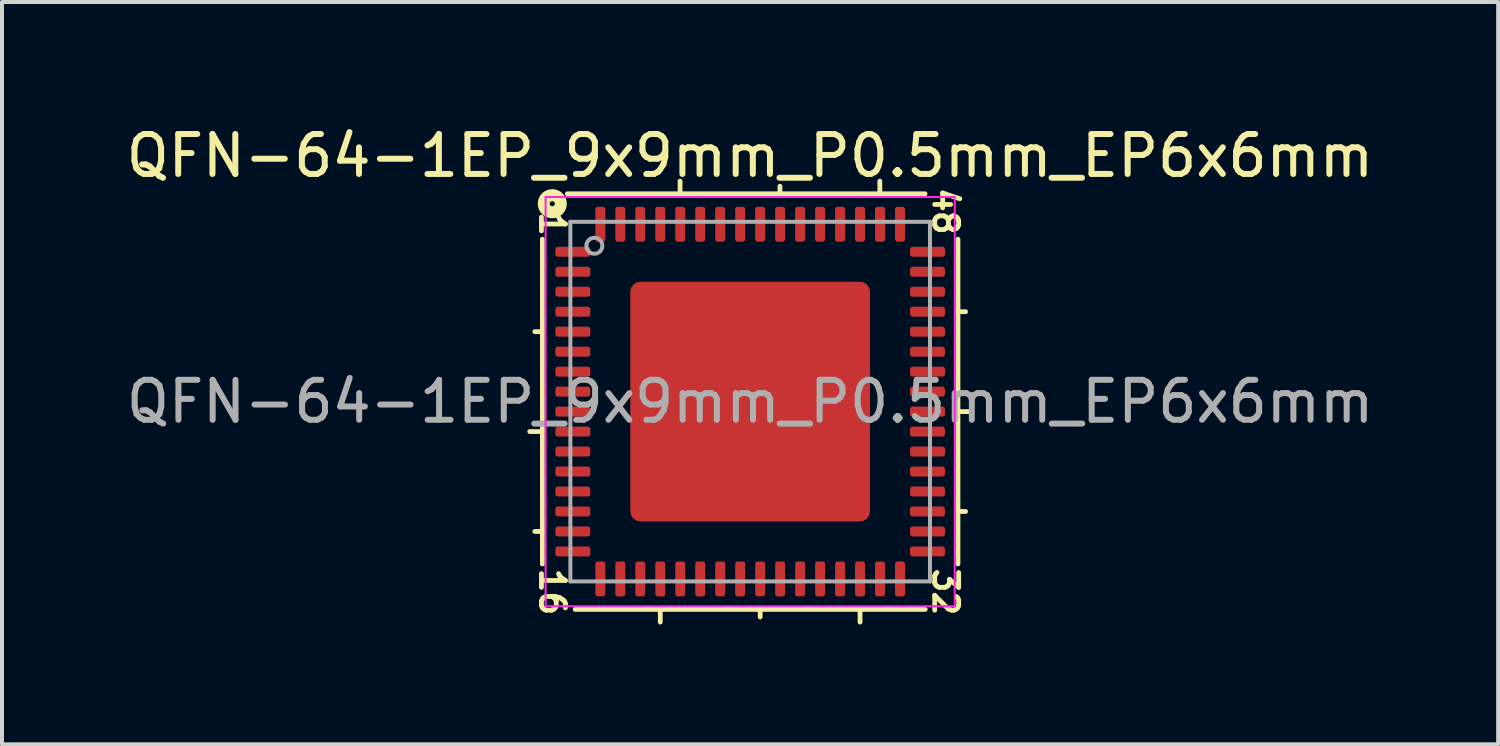
<source format=kicad_pcb>
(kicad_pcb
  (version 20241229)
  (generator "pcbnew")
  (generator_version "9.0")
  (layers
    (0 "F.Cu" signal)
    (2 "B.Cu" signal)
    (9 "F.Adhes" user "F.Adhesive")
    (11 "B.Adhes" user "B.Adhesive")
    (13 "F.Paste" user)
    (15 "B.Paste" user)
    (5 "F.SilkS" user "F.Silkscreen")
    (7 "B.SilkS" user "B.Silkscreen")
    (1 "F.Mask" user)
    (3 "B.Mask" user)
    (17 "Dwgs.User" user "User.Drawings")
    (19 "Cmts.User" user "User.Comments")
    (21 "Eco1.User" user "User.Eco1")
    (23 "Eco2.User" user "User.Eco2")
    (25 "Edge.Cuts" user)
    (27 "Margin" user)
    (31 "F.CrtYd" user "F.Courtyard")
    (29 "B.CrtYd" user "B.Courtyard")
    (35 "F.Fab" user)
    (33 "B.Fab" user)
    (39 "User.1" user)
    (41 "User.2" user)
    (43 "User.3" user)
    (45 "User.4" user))
  (footprint "QFN-64-1EP_9x9mm_P0.5mm_EP6x6mm"
    (layer "F.Cu")
    (at 15.725 7.001)
    (property "Reference" "QFN-64-1EP_9x9mm_P0.5mm_EP6x6mm" (at -0.005 -6.152 0) (layer "F.SilkS") (effects (font (size 1 1) (thickness 0.15))))
    (attr smd)
    (fp_line (start -5.2 -4.064) (end -5.2 4.064) (stroke (width 0.12) (type solid)) (layer "F.SilkS"))
    (fp_line (start -5.2 -1.75) (end -5.391 -1.75) (stroke (width 0.12) (type solid)) (layer "F.SilkS"))
    (fp_line (start -5.2 0.75) (end -5.518 0.75) (stroke (width 0.12) (type solid)) (layer "F.SilkS"))
    (fp_line (start -5.2 3.25) (end -5.391 3.25) (stroke (width 0.12) (type solid)) (layer "F.SilkS"))
    (fp_line (start -4.381 5.2) (end 4.381 5.2) (stroke (width 0.12) (type solid)) (layer "F.SilkS"))
    (fp_line (start -2.25 5.2) (end -2.25 5.518) (stroke (width 0.12) (type solid)) (layer "F.SilkS"))
    (fp_line (start -1.755 -5.2) (end -1.755 -5.518) (stroke (width 0.12) (type solid)) (layer "F.SilkS"))
    (fp_line (start 0.25 5.2) (end 0.25 5.391) (stroke (width 0.12) (type solid)) (layer "F.SilkS"))
    (fp_line (start 0.745 -5.2) (end 0.745 -5.391) (stroke (width 0.12) (type solid)) (layer "F.SilkS"))
    (fp_line (start 2.75 5.2) (end 2.75 5.518) (stroke (width 0.12) (type solid)) (layer "F.SilkS"))
    (fp_line (start 3.245 -5.2) (end 3.245 -5.518) (stroke (width 0.12) (type solid)) (layer "F.SilkS"))
    (fp_line (start 4.377 -5.2) (end -4.577 -5.2) (stroke (width 0.12) (type solid)) (layer "F.SilkS"))
    (fp_line (start 5.2 -2.25) (end 5.391 -2.25) (stroke (width 0.12) (type solid)) (layer "F.SilkS"))
    (fp_line (start 5.2 0.25) (end 5.518 0.25) (stroke (width 0.12) (type solid)) (layer "F.SilkS"))
    (fp_line (start 5.2 2.75) (end 5.391 2.75) (stroke (width 0.12) (type solid)) (layer "F.SilkS"))
    (fp_line (start 5.2 4.064) (end 5.2 -4.064) (stroke (width 0.12) (type solid)) (layer "F.SilkS"))
    (fp_circle (center -4.953 -4.953) (end -4.889 -4.953) (stroke (width 0.3) (type solid)) (fill no) (layer "F.SilkS"))
    (fp_line (start -5.12 -5.12) (end -5.12 5.12) (stroke (width 0.05) (type solid)) (layer "F.CrtYd"))
    (fp_line (start -5.12 5.12) (end 5.12 5.12) (stroke (width 0.05) (type solid)) (layer "F.CrtYd"))
    (fp_line (start 5.12 -5.12) (end -5.12 -5.12) (stroke (width 0.05) (type solid)) (layer "F.CrtYd"))
    (fp_line (start 5.12 5.12) (end 5.12 -5.12) (stroke (width 0.05) (type solid)) (layer "F.CrtYd"))
    (fp_line (start -4.5 -4.5) (end 4.5 -4.5) (stroke (width 0.1) (type solid)) (layer "F.Fab"))
    (fp_line (start -4.5 4.5) (end -4.5 -4.5) (stroke (width 0.1) (type solid)) (layer "F.Fab"))
    (fp_line (start 4.5 -4.5) (end 4.5 4.5) (stroke (width 0.1) (type solid)) (layer "F.Fab"))
    (fp_line (start 4.5 4.5) (end -4.5 4.5) (stroke (width 0.1) (type solid)) (layer "F.Fab"))
    (fp_circle (center -3.9 -3.9) (end -3.7 -3.9) (stroke (width 0.1) (type solid)) (fill no) (layer "F.Fab"))
    (fp_text user "32" (at 4.889 4.763 270) (unlocked yes) (layer "F.SilkS") (effects (font (size 0.6 0.6) (thickness 0.12))))
    (fp_text user "48" (at 4.889 -4.763 270) (unlocked yes) (layer "F.SilkS") (effects (font (size 0.6 0.6) (thickness 0.12))))
    (fp_text user "16" (at -4.953 4.763 270) (unlocked yes) (layer "F.SilkS") (effects (font (size 0.6 0.6) (thickness 0.12))))
    (fp_text user "1" (at -4.953 -4.445 270) (unlocked yes) (layer "F.SilkS") (effects (font (size 0.6 0.6) (thickness 0.12))))
    (fp_text user "${REFERENCE}" (at 0 0 0) (layer "F.Fab") (effects (font (size 1 1) (thickness 0.15))))
    (pad "" smd roundrect (at -2.25 -2.25) (size 1.21 1.21) (layers "F.Paste") (roundrect_rratio 0.207))
    (pad "" smd roundrect (at -2.25 -0.75) (size 1.21 1.21) (layers "F.Paste") (roundrect_rratio 0.207))
    (pad "" smd roundrect (at -2.25 0.75) (size 1.21 1.21) (layers "F.Paste") (roundrect_rratio 0.207))
    (pad "" smd roundrect (at -2.25 2.25) (size 1.21 1.21) (layers "F.Paste") (roundrect_rratio 0.207))
    (pad "" smd roundrect (at -0.75 -2.25) (size 1.21 1.21) (layers "F.Paste") (roundrect_rratio 0.207))
    (pad "" smd roundrect (at -0.75 -0.75) (size 1.21 1.21) (layers "F.Paste") (roundrect_rratio 0.207))
    (pad "" smd roundrect (at -0.75 0.75) (size 1.21 1.21) (layers "F.Paste") (roundrect_rratio 0.207))
    (pad "" smd roundrect (at -0.75 2.25) (size 1.21 1.21) (layers "F.Paste") (roundrect_rratio 0.207))
    (pad "" smd roundrect (at 0.75 -2.25) (size 1.21 1.21) (layers "F.Paste") (roundrect_rratio 0.207))
    (pad "" smd roundrect (at 0.75 -0.75) (size 1.21 1.21) (layers "F.Paste") (roundrect_rratio 0.207))
    (pad "" smd roundrect (at 0.75 0.75) (size 1.21 1.21) (layers "F.Paste") (roundrect_rratio 0.207))
    (pad "" smd roundrect (at 0.75 2.25) (size 1.21 1.21) (layers "F.Paste") (roundrect_rratio 0.207))
    (pad "" smd roundrect (at 2.25 -2.25) (size 1.21 1.21) (layers "F.Paste") (roundrect_rratio 0.207))
    (pad "" smd roundrect (at 2.25 -0.75) (size 1.21 1.21) (layers "F.Paste") (roundrect_rratio 0.207))
    (pad "" smd roundrect (at 2.25 0.75) (size 1.21 1.21) (layers "F.Paste") (roundrect_rratio 0.207))
    (pad "" smd roundrect (at 2.25 2.25) (size 1.21 1.21) (layers "F.Paste") (roundrect_rratio 0.207))
    (pad "1" smd roundrect (at -4.438 -3.75) (size 0.875 0.25) (layers "F.Cu" "F.Mask" "F.Paste") (roundrect_rratio 0.25))
    (pad "2" smd roundrect (at -4.438 -3.25) (size 0.875 0.25) (layers "F.Cu" "F.Mask" "F.Paste") (roundrect_rratio 0.25))
    (pad "3" smd roundrect (at -4.438 -2.75) (size 0.875 0.25) (layers "F.Cu" "F.Mask" "F.Paste") (roundrect_rratio 0.25))
    (pad "4" smd roundrect (at -4.438 -2.25) (size 0.875 0.25) (layers "F.Cu" "F.Mask" "F.Paste") (roundrect_rratio 0.25))
    (pad "5" smd roundrect (at -4.438 -1.75) (size 0.875 0.25) (layers "F.Cu" "F.Mask" "F.Paste") (roundrect_rratio 0.25))
    (pad "6" smd roundrect (at -4.438 -1.25) (size 0.875 0.25) (layers "F.Cu" "F.Mask" "F.Paste") (roundrect_rratio 0.25))
    (pad "7" smd roundrect (at -4.438 -0.75) (size 0.875 0.25) (layers "F.Cu" "F.Mask" "F.Paste") (roundrect_rratio 0.25))
    (pad "8" smd roundrect (at -4.438 -0.25) (size 0.875 0.25) (layers "F.Cu" "F.Mask" "F.Paste") (roundrect_rratio 0.25))
    (pad "9" smd roundrect (at -4.438 0.25) (size 0.875 0.25) (layers "F.Cu" "F.Mask" "F.Paste") (roundrect_rratio 0.25))
    (pad "10" smd roundrect (at -4.438 0.75) (size 0.875 0.25) (layers "F.Cu" "F.Mask" "F.Paste") (roundrect_rratio 0.25))
    (pad "11" smd roundrect (at -4.438 1.25) (size 0.875 0.25) (layers "F.Cu" "F.Mask" "F.Paste") (roundrect_rratio 0.25))
    (pad "12" smd roundrect (at -4.438 1.75) (size 0.875 0.25) (layers "F.Cu" "F.Mask" "F.Paste") (roundrect_rratio 0.25))
    (pad "13" smd roundrect (at -4.438 2.25) (size 0.875 0.25) (layers "F.Cu" "F.Mask" "F.Paste") (roundrect_rratio 0.25))
    (pad "14" smd roundrect (at -4.438 2.75) (size 0.875 0.25) (layers "F.Cu" "F.Mask" "F.Paste") (roundrect_rratio 0.25))
    (pad "15" smd roundrect (at -4.438 3.25) (size 0.875 0.25) (layers "F.Cu" "F.Mask" "F.Paste") (roundrect_rratio 0.25))
    (pad "16" smd roundrect (at -4.438 3.75) (size 0.875 0.25) (layers "F.Cu" "F.Mask" "F.Paste") (roundrect_rratio 0.25))
    (pad "17" smd roundrect (at -3.75 4.438) (size 0.25 0.875) (layers "F.Cu" "F.Mask" "F.Paste") (roundrect_rratio 0.25))
    (pad "18" smd roundrect (at -3.25 4.438) (size 0.25 0.875) (layers "F.Cu" "F.Mask" "F.Paste") (roundrect_rratio 0.25))
    (pad "19" smd roundrect (at -2.75 4.438) (size 0.25 0.875) (layers "F.Cu" "F.Mask" "F.Paste") (roundrect_rratio 0.25))
    (pad "20" smd roundrect (at -2.25 4.438) (size 0.25 0.875) (layers "F.Cu" "F.Mask" "F.Paste") (roundrect_rratio 0.25))
    (pad "21" smd roundrect (at -1.75 4.438) (size 0.25 0.875) (layers "F.Cu" "F.Mask" "F.Paste") (roundrect_rratio 0.25))
    (pad "22" smd roundrect (at -1.25 4.438) (size 0.25 0.875) (layers "F.Cu" "F.Mask" "F.Paste") (roundrect_rratio 0.25))
    (pad "23" smd roundrect (at -0.75 4.438) (size 0.25 0.875) (layers "F.Cu" "F.Mask" "F.Paste") (roundrect_rratio 0.25))
    (pad "24" smd roundrect (at -0.25 4.438) (size 0.25 0.875) (layers "F.Cu" "F.Mask" "F.Paste") (roundrect_rratio 0.25))
    (pad "25" smd roundrect (at 0.25 4.438) (size 0.25 0.875) (layers "F.Cu" "F.Mask" "F.Paste") (roundrect_rratio 0.25))
    (pad "26" smd roundrect (at 0.75 4.438) (size 0.25 0.875) (layers "F.Cu" "F.Mask" "F.Paste") (roundrect_rratio 0.25))
    (pad "27" smd roundrect (at 1.25 4.438) (size 0.25 0.875) (layers "F.Cu" "F.Mask" "F.Paste") (roundrect_rratio 0.25))
    (pad "28" smd roundrect (at 1.75 4.438) (size 0.25 0.875) (layers "F.Cu" "F.Mask" "F.Paste") (roundrect_rratio 0.25))
    (pad "29" smd roundrect (at 2.25 4.438) (size 0.25 0.875) (layers "F.Cu" "F.Mask" "F.Paste") (roundrect_rratio 0.25))
    (pad "30" smd roundrect (at 2.75 4.438) (size 0.25 0.875) (layers "F.Cu" "F.Mask" "F.Paste") (roundrect_rratio 0.25))
    (pad "31" smd roundrect (at 3.25 4.438) (size 0.25 0.875) (layers "F.Cu" "F.Mask" "F.Paste") (roundrect_rratio 0.25))
    (pad "32" smd roundrect (at 3.75 4.438) (size 0.25 0.875) (layers "F.Cu" "F.Mask" "F.Paste") (roundrect_rratio 0.25))
    (pad "33" smd roundrect (at 4.438 3.75) (size 0.875 0.25) (layers "F.Cu" "F.Mask" "F.Paste") (roundrect_rratio 0.25))
    (pad "34" smd roundrect (at 4.438 3.25) (size 0.875 0.25) (layers "F.Cu" "F.Mask" "F.Paste") (roundrect_rratio 0.25))
    (pad "35" smd roundrect (at 4.438 2.75) (size 0.875 0.25) (layers "F.Cu" "F.Mask" "F.Paste") (roundrect_rratio 0.25))
    (pad "36" smd roundrect (at 4.438 2.25) (size 0.875 0.25) (layers "F.Cu" "F.Mask" "F.Paste") (roundrect_rratio 0.25))
    (pad "37" smd roundrect (at 4.438 1.75) (size 0.875 0.25) (layers "F.Cu" "F.Mask" "F.Paste") (roundrect_rratio 0.25))
    (pad "38" smd roundrect (at 4.438 1.25) (size 0.875 0.25) (layers "F.Cu" "F.Mask" "F.Paste") (roundrect_rratio 0.25))
    (pad "39" smd roundrect (at 4.438 0.75) (size 0.875 0.25) (layers "F.Cu" "F.Mask" "F.Paste") (roundrect_rratio 0.25))
    (pad "40" smd roundrect (at 4.438 0.25) (size 0.875 0.25) (layers "F.Cu" "F.Mask" "F.Paste") (roundrect_rratio 0.25))
    (pad "41" smd roundrect (at 4.438 -0.25) (size 0.875 0.25) (layers "F.Cu" "F.Mask" "F.Paste") (roundrect_rratio 0.25))
    (pad "42" smd roundrect (at 4.438 -0.75) (size 0.875 0.25) (layers "F.Cu" "F.Mask" "F.Paste") (roundrect_rratio 0.25))
    (pad "43" smd roundrect (at 4.438 -1.25) (size 0.875 0.25) (layers "F.Cu" "F.Mask" "F.Paste") (roundrect_rratio 0.25))
    (pad "44" smd roundrect (at 4.438 -1.75) (size 0.875 0.25) (layers "F.Cu" "F.Mask" "F.Paste") (roundrect_rratio 0.25))
    (pad "45" smd roundrect (at 4.438 -2.25) (size 0.875 0.25) (layers "F.Cu" "F.Mask" "F.Paste") (roundrect_rratio 0.25))
    (pad "46" smd roundrect (at 4.438 -2.75) (size 0.875 0.25) (layers "F.Cu" "F.Mask" "F.Paste") (roundrect_rratio 0.25))
    (pad "47" smd roundrect (at 4.438 -3.25) (size 0.875 0.25) (layers "F.Cu" "F.Mask" "F.Paste") (roundrect_rratio 0.25))
    (pad "48" smd roundrect (at 4.438 -3.75) (size 0.875 0.25) (layers "F.Cu" "F.Mask" "F.Paste") (roundrect_rratio 0.25))
    (pad "49" smd roundrect (at 3.75 -4.438) (size 0.25 0.875) (layers "F.Cu" "F.Mask" "F.Paste") (roundrect_rratio 0.25))
    (pad "50" smd roundrect (at 3.25 -4.438) (size 0.25 0.875) (layers "F.Cu" "F.Mask" "F.Paste") (roundrect_rratio 0.25))
    (pad "51" smd roundrect (at 2.75 -4.438) (size 0.25 0.875) (layers "F.Cu" "F.Mask" "F.Paste") (roundrect_rratio 0.25))
    (pad "52" smd roundrect (at 2.25 -4.438) (size 0.25 0.875) (layers "F.Cu" "F.Mask" "F.Paste") (roundrect_rratio 0.25))
    (pad "53" smd roundrect (at 1.75 -4.438) (size 0.25 0.875) (layers "F.Cu" "F.Mask" "F.Paste") (roundrect_rratio 0.25))
    (pad "54" smd roundrect (at 1.25 -4.438) (size 0.25 0.875) (layers "F.Cu" "F.Mask" "F.Paste") (roundrect_rratio 0.25))
    (pad "55" smd roundrect (at 0.75 -4.438) (size 0.25 0.875) (layers "F.Cu" "F.Mask" "F.Paste") (roundrect_rratio 0.25))
    (pad "56" smd roundrect (at 0.25 -4.438) (size 0.25 0.875) (layers "F.Cu" "F.Mask" "F.Paste") (roundrect_rratio 0.25))
    (pad "57" smd roundrect (at -0.25 -4.438) (size 0.25 0.875) (layers "F.Cu" "F.Mask" "F.Paste") (roundrect_rratio 0.25))
    (pad "58" smd roundrect (at -0.75 -4.438) (size 0.25 0.875) (layers "F.Cu" "F.Mask" "F.Paste") (roundrect_rratio 0.25))
    (pad "59" smd roundrect (at -1.25 -4.438) (size 0.25 0.875) (layers "F.Cu" "F.Mask" "F.Paste") (roundrect_rratio 0.25))
    (pad "60" smd roundrect (at -1.75 -4.438) (size 0.25 0.875) (layers "F.Cu" "F.Mask" "F.Paste") (roundrect_rratio 0.25))
    (pad "61" smd roundrect (at -2.25 -4.438) (size 0.25 0.875) (layers "F.Cu" "F.Mask" "F.Paste") (roundrect_rratio 0.25))
    (pad "62" smd roundrect (at -2.75 -4.438) (size 0.25 0.875) (layers "F.Cu" "F.Mask" "F.Paste") (roundrect_rratio 0.25))
    (pad "63" smd roundrect (at -3.25 -4.438) (size 0.25 0.875) (layers "F.Cu" "F.Mask" "F.Paste") (roundrect_rratio 0.25))
    (pad "64" smd roundrect (at -3.75 -4.438) (size 0.25 0.875) (layers "F.Cu" "F.Mask" "F.Paste") (roundrect_rratio 0.25))
    (pad "65" smd roundrect (at 0 0) (size 6 6) (layers "F.Cu" "F.Mask") (roundrect_rratio 0.042)))
  (gr_rect
    (start -3 -3)
    (end 34.445 15.578)
    (stroke (width 0.1) (type default))
    (fill no)
    (layer "Edge.Cuts")))
</source>
